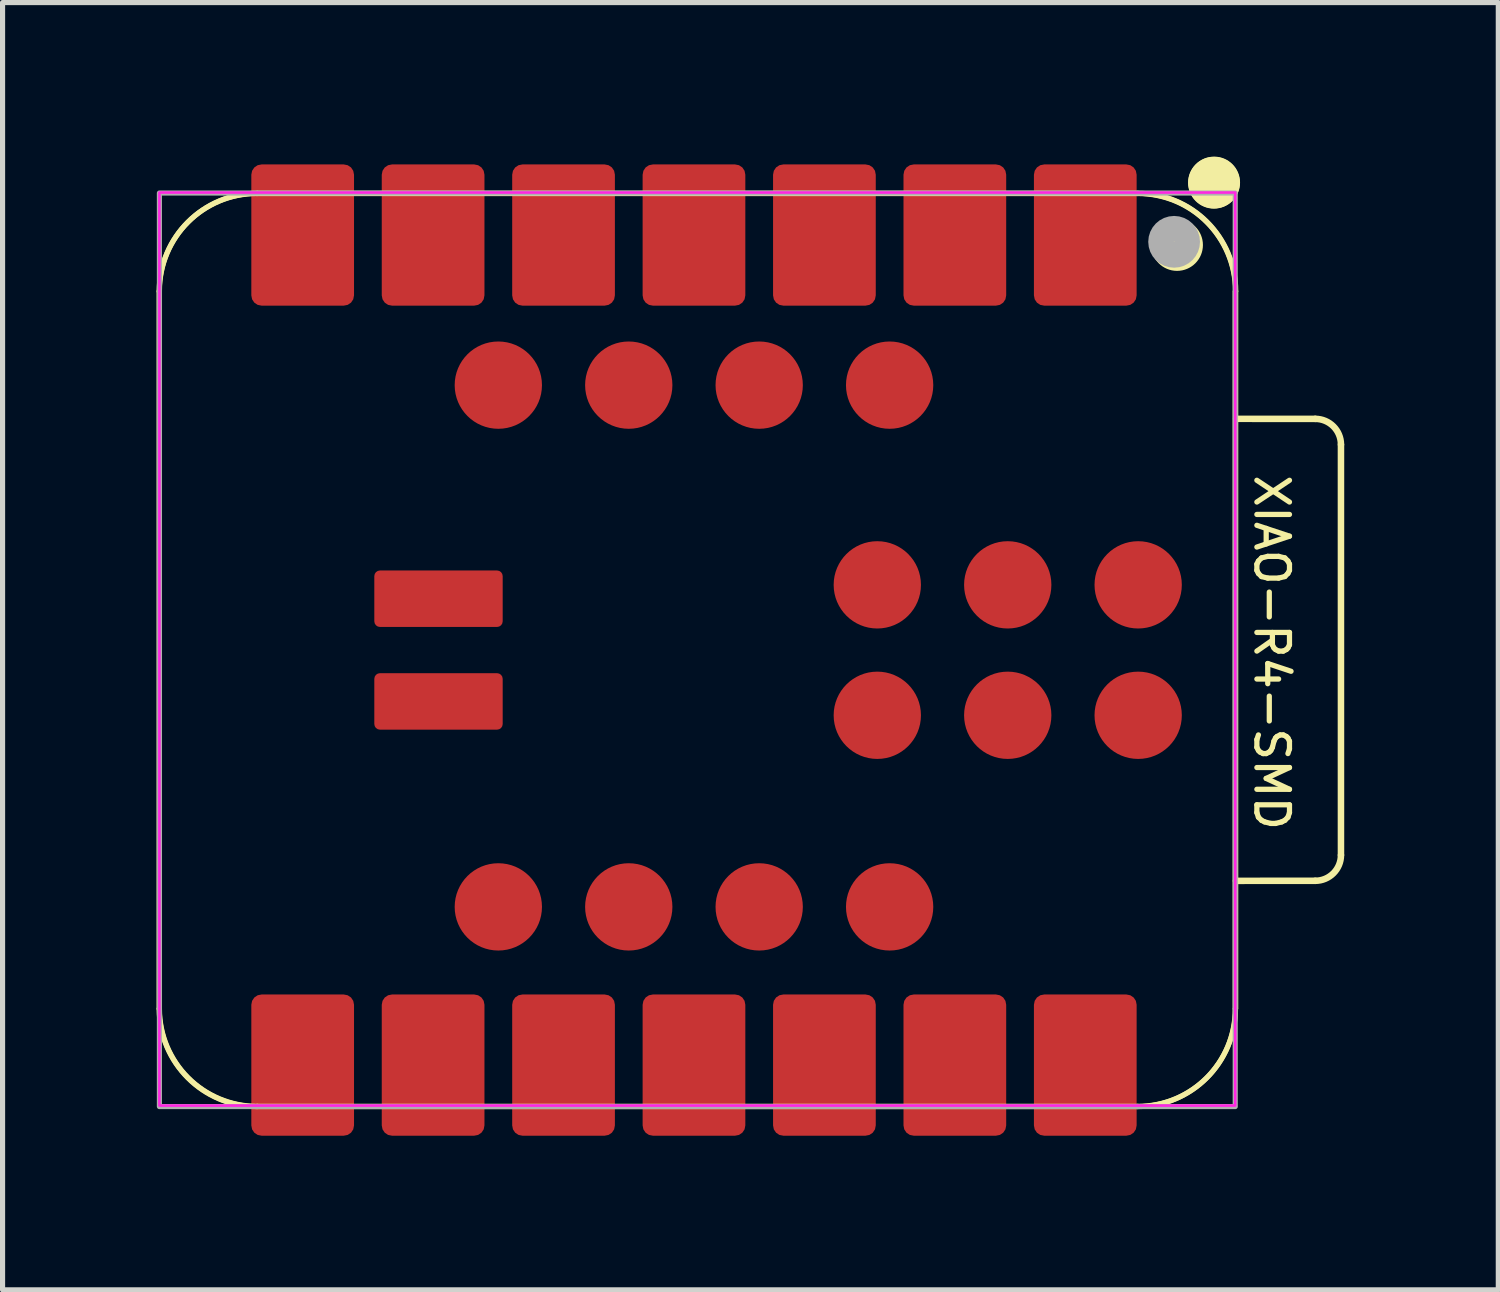
<source format=kicad_pcb>
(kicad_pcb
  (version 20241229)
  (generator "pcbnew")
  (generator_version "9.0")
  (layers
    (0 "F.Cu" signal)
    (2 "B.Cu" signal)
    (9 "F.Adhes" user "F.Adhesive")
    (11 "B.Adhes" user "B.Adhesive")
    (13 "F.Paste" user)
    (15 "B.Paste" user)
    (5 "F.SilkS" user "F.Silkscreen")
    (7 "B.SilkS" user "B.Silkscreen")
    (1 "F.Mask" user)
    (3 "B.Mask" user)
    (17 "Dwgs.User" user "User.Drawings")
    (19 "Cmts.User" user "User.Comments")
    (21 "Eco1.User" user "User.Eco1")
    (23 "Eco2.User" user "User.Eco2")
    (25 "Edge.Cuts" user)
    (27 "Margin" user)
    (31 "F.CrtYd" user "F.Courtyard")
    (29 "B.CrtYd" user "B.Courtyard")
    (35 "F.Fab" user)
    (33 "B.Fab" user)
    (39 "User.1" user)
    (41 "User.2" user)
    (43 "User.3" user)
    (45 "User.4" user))
  (footprint "XIAO-R4-SMD"
    (layer "F.Cu")
    (at 10.464 9.609)
    (property "Reference" "XIAO-R4-SMD" (at 11.25 0.05 270) (unlocked yes) (layer "F.SilkS") (effects (font (size 0.635 0.635) (thickness 0.102))))
    (attr smd)
    (fp_line (start -10.414 -6.985) (end -10.414 6.985) (stroke (width 0.1) (type solid)) (layer "F.SilkS"))
    (fp_line (start -10.409 -6.99) (end -10.409 6.98) (stroke (width 0.1) (type solid)) (layer "F.SilkS"))
    (fp_line (start -8.509 -8.89) (end 8.636 -8.89) (stroke (width 0.1) (type solid)) (layer "F.SilkS"))
    (fp_line (start -8.509 8.89) (end 8.636 8.89) (stroke (width 0.1) (type solid)) (layer "F.SilkS"))
    (fp_line (start -8.504 -8.895) (end 8.641 -8.895) (stroke (width 0.1) (type solid)) (layer "F.SilkS"))
    (fp_line (start -8.504 8.885) (end 8.641 8.885) (stroke (width 0.1) (type solid)) (layer "F.SilkS"))
    (fp_line (start 10.541 6.985) (end 10.541 -6.985) (stroke (width 0.1) (type solid)) (layer "F.SilkS"))
    (fp_line (start 10.546 6.98) (end 10.546 -6.99) (stroke (width 0.1) (type solid)) (layer "F.SilkS"))
    (fp_line (start 10.546 6.98) (end 10.546 -6.99) (stroke (width 0.1) (type solid)) (layer "F.SilkS"))
    (fp_line (start 10.546 6.98) (end 10.546 -6.99) (stroke (width 0.1) (type solid)) (layer "F.SilkS"))
    (fp_line (start 10.558 -4.503) (end 12.099 -4.502) (stroke (width 0.127) (type solid)) (layer "F.SilkS"))
    (fp_line (start 12.099 4.493) (end 10.555 4.494) (stroke (width 0.127) (type solid)) (layer "F.SilkS"))
    (fp_line (start 12.599 -4.002) (end 12.599 3.993) (stroke (width 0.127) (type solid)) (layer "F.SilkS"))
    (fp_arc (start -10.414 -6.985) (mid -9.856038 -8.332038) (end -8.509 -8.89) (stroke (width 0.1) (type solid)) (layer "F.SilkS"))
    (fp_arc (start -10.408988 -6.990012) (mid -9.851026 -8.33705) (end -8.503988 -8.895012) (stroke (width 0.1) (type solid)) (layer "F.SilkS"))
    (fp_arc (start -8.509 8.89) (mid -9.856038 8.332038) (end -10.414 6.985) (stroke (width 0.1) (type solid)) (layer "F.SilkS"))
    (fp_arc (start -8.503988 8.884988) (mid -9.851026 8.327026) (end -10.408988 6.979988) (stroke (width 0.1) (type solid)) (layer "F.SilkS"))
    (fp_arc (start 8.64 -8.89) (mid 9.987038 -8.332038) (end 10.545 -6.985) (stroke (width 0.1) (type solid)) (layer "F.SilkS"))
    (fp_arc (start 8.645012 -8.895012) (mid 9.99205 -8.33705) (end 10.550012 -6.990012) (stroke (width 0.1) (type solid)) (layer "F.SilkS"))
    (fp_arc (start 10.541 6.985) (mid 9.983038 8.332038) (end 8.636 8.89) (stroke (width 0.1) (type solid)) (layer "F.SilkS"))
    (fp_arc (start 10.546012 6.979988) (mid 9.98805 8.327026) (end 8.641012 8.884988) (stroke (width 0.1) (type solid)) (layer "F.SilkS"))
    (fp_arc (start 12.099296 -4.502296) (mid 12.452636 -4.355715) (end 12.599024 -4.002296) (stroke (width 0.127) (type default)) (layer "F.SilkS"))
    (fp_arc (start 12.599024 3.992976) (mid 12.452587 4.34654) (end 12.099024 4.492976) (stroke (width 0.127) (type default)) (layer "F.SilkS"))
    (fp_circle (center 9.407 -7.888) (end 9.661 -7.888) (stroke (width 0.5) (type solid)) (fill yes) (layer "F.SilkS"))
    (fp_circle (center 10.125 -9.1) (end 10.379 -9.1) (stroke (width 0.5) (type solid)) (fill yes) (layer "F.SilkS"))
    (fp_circle (center 10.13 -9.105) (end 10.384 -9.105) (stroke (width 0.5) (type solid)) (fill yes) (layer "F.SilkS"))
    (fp_rect (start -10.41 -8.91) (end 10.54 8.87) (stroke (width 0.05) (type default)) (fill no) (layer "F.CrtYd"))
    (fp_rect (start -10.41 -8.9) (end 10.54 8.89) (stroke (width 0.1) (type default)) (fill no) (layer "F.Fab"))
    (fp_circle (center 9.35 -7.95) (end 9.604 -7.95) (stroke (width 0.5) (type solid)) (fill no) (layer "F.Fab"))
    (pad "1" smd roundrect (at 7.62 -8.082 90) (size 2.75 2) (layers "F.Cu" "F.Mask" "F.Paste") (roundrect_rratio 0.1))
    (pad "2" smd roundrect (at 5.08 -8.082 90) (size 2.75 2) (layers "F.Cu" "F.Mask" "F.Paste") (roundrect_rratio 0.1))
    (pad "3" smd roundrect (at 2.54 -8.082 90) (size 2.75 2) (layers "F.Cu" "F.Mask" "F.Paste") (roundrect_rratio 0.1))
    (pad "4" smd roundrect (at 0 -8.082 90) (size 2.75 2) (layers "F.Cu" "F.Mask" "F.Paste") (roundrect_rratio 0.1))
    (pad "5" smd roundrect (at -2.54 -8.082 90) (size 2.75 2) (layers "F.Cu" "F.Mask" "F.Paste") (roundrect_rratio 0.1))
    (pad "6" smd roundrect (at -5.08 -8.082 90) (size 2.75 2) (layers "F.Cu" "F.Mask" "F.Paste") (roundrect_rratio 0.1))
    (pad "7" smd roundrect (at -7.62 -8.082 90) (size 2.75 2) (layers "F.Cu" "F.Mask" "F.Paste") (roundrect_rratio 0.1))
    (pad "8" smd roundrect (at -7.62 8.082 270) (size 2.75 2) (layers "F.Cu" "F.Mask" "F.Paste") (roundrect_rratio 0.1))
    (pad "9" smd roundrect (at -5.08 8.082 270) (size 2.75 2) (layers "F.Cu" "F.Mask" "F.Paste") (roundrect_rratio 0.1))
    (pad "10" smd roundrect (at -2.54 8.082 270) (size 2.75 2) (layers "F.Cu" "F.Mask" "F.Paste") (roundrect_rratio 0.1))
    (pad "11" smd roundrect (at 0 8.082 270) (size 2.75 2) (layers "F.Cu" "F.Mask" "F.Paste") (roundrect_rratio 0.1))
    (pad "12" smd roundrect (at 2.54 8.082 270) (size 2.75 2) (layers "F.Cu" "F.Mask" "F.Paste") (roundrect_rratio 0.1))
    (pad "13" smd roundrect (at 5.08 8.082 270) (size 2.75 2) (layers "F.Cu" "F.Mask" "F.Paste") (roundrect_rratio 0.1))
    (pad "14" smd roundrect (at 7.62 8.082 270) (size 2.75 2) (layers "F.Cu" "F.Mask" "F.Paste") (roundrect_rratio 0.1))
    (pad "15" smd circle (at 3.81 5.001 90) (size 1.7 1.7) (layers "F.Cu" "F.Mask" "F.Paste"))
    (pad "16" smd circle (at 1.27 5.001 90) (size 1.7 1.7) (layers "F.Cu" "F.Mask" "F.Paste"))
    (pad "17" smd circle (at -1.27 5.001 90) (size 1.7 1.7) (layers "F.Cu" "F.Mask" "F.Paste"))
    (pad "18" smd circle (at -3.81 5.001 90) (size 1.7 1.7) (layers "F.Cu" "F.Mask" "F.Paste"))
    (pad "19" smd circle (at -3.81 -5.159 90) (size 1.7 1.7) (layers "F.Cu" "F.Mask" "F.Paste"))
    (pad "20" smd circle (at -1.27 -5.159 90) (size 1.7 1.7) (layers "F.Cu" "F.Mask" "F.Paste"))
    (pad "21" smd circle (at 1.27 -5.159 90) (size 1.7 1.7) (layers "F.Cu" "F.Mask" "F.Paste"))
    (pad "22" smd circle (at 3.81 -5.159 90) (size 1.7 1.7) (layers "F.Cu" "F.Mask" "F.Paste"))
    (pad "23" smd circle (at 8.65 -1.27 90) (size 1.7 1.7) (layers "F.Cu" "F.Mask" "F.Paste"))
    (pad "24" smd circle (at 6.11 -1.27 90) (size 1.7 1.7) (layers "F.Cu" "F.Mask" "F.Paste"))
    (pad "25" smd circle (at 3.57 -1.27 90) (size 1.7 1.7) (layers "F.Cu" "F.Mask" "F.Paste"))
    (pad "26" smd circle (at 3.57 1.27 90) (size 1.7 1.7) (layers "F.Cu" "F.Mask" "F.Paste"))
    (pad "27" smd circle (at 6.11 1.27 90) (size 1.7 1.7) (layers "F.Cu" "F.Mask" "F.Paste"))
    (pad "28" smd circle (at 8.65 1.27 90) (size 1.7 1.7) (layers "F.Cu" "F.Mask" "F.Paste"))
    (pad "29" smd roundrect (at -4.975 -1 180) (size 2.5 1.1) (layers "F.Cu" "F.Mask" "F.Paste") (roundrect_rratio 0.1))
    (pad "30" smd roundrect (at -4.975 1 180) (size 2.5 1.1) (layers "F.Cu" "F.Mask" "F.Paste") (roundrect_rratio 0.1)))
  (gr_rect
    (start -3 -3)
    (end 26.127 22.067)
    (stroke (width 0.1) (type default))
    (fill no)
    (layer "Edge.Cuts")))
</source>
